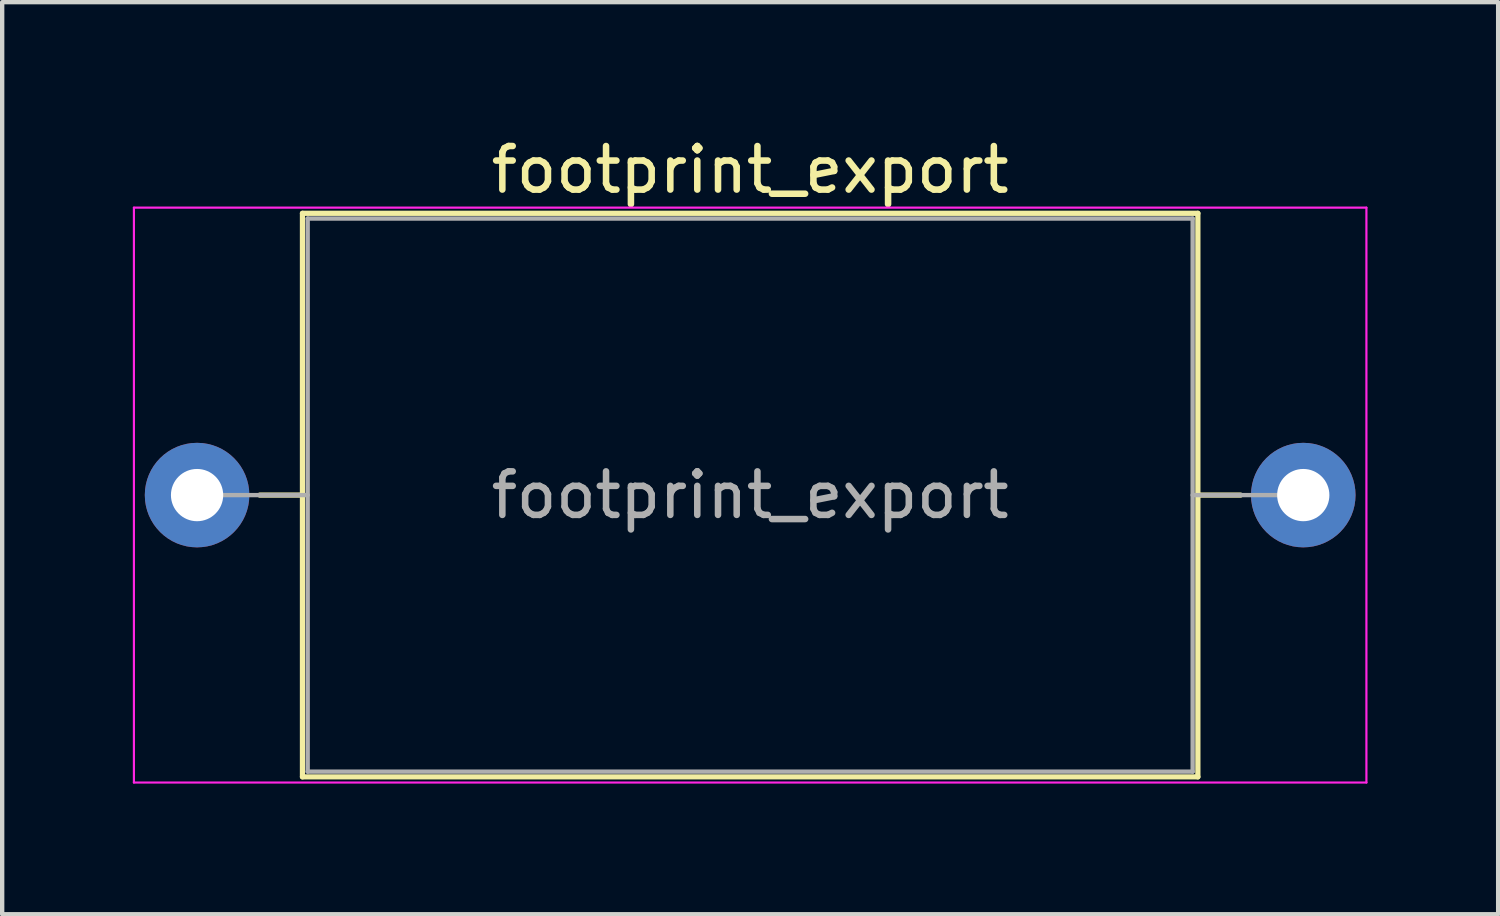
<source format=kicad_pcb>
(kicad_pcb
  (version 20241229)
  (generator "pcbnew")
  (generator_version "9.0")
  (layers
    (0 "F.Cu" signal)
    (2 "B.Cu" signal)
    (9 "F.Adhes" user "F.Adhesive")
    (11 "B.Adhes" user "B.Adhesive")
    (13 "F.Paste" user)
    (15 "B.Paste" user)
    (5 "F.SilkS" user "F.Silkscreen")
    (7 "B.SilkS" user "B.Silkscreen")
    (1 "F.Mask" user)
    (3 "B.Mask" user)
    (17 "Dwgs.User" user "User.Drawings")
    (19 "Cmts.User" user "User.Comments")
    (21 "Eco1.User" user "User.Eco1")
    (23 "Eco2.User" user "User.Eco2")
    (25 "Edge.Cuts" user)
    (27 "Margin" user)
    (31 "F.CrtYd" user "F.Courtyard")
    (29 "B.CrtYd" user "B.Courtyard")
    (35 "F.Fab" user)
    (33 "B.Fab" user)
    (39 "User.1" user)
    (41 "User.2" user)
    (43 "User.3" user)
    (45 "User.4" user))
  (footprint "footprint_export"
    (layer "F.Cu")
    (at 1.475 8.318)
    (property "Reference" "footprint_export" (at 12.7 -7.47 0) (layer "F.SilkS") (effects (font (size 1 1) (thickness 0.15))))
    (attr through_hole)
    (fp_line (start 1.44 0) (end 2.42 0) (stroke (width 0.12) (type solid)) (layer "F.SilkS"))
    (fp_line (start 2.42 -6.47) (end 2.42 6.47) (stroke (width 0.12) (type solid)) (layer "F.SilkS"))
    (fp_line (start 2.42 6.47) (end 22.98 6.47) (stroke (width 0.12) (type solid)) (layer "F.SilkS"))
    (fp_line (start 22.98 -6.47) (end 2.42 -6.47) (stroke (width 0.12) (type solid)) (layer "F.SilkS"))
    (fp_line (start 22.98 6.47) (end 22.98 -6.47) (stroke (width 0.12) (type solid)) (layer "F.SilkS"))
    (fp_line (start 23.96 0) (end 22.98 0) (stroke (width 0.12) (type solid)) (layer "F.SilkS"))
    (fp_line (start -1.45 -6.6) (end -1.45 6.6) (stroke (width 0.05) (type solid)) (layer "F.CrtYd"))
    (fp_line (start -1.45 6.6) (end 26.85 6.6) (stroke (width 0.05) (type solid)) (layer "F.CrtYd"))
    (fp_line (start 26.85 -6.6) (end -1.45 -6.6) (stroke (width 0.05) (type solid)) (layer "F.CrtYd"))
    (fp_line (start 26.85 6.6) (end 26.85 -6.6) (stroke (width 0.05) (type solid)) (layer "F.CrtYd"))
    (fp_line (start 0 0) (end 2.54 0) (stroke (width 0.1) (type solid)) (layer "F.Fab"))
    (fp_line (start 2.54 -6.35) (end 2.54 6.35) (stroke (width 0.1) (type solid)) (layer "F.Fab"))
    (fp_line (start 2.54 6.35) (end 22.86 6.35) (stroke (width 0.1) (type solid)) (layer "F.Fab"))
    (fp_line (start 22.86 -6.35) (end 2.54 -6.35) (stroke (width 0.1) (type solid)) (layer "F.Fab"))
    (fp_line (start 22.86 6.35) (end 22.86 -6.35) (stroke (width 0.1) (type solid)) (layer "F.Fab"))
    (fp_line (start 25.4 0) (end 22.86 0) (stroke (width 0.1) (type solid)) (layer "F.Fab"))
    (fp_text user "${REFERENCE}" (at 12.7 0 0) (layer "F.Fab") (effects (font (size 1 1) (thickness 0.15))))
    (pad "1" thru_hole circle (at 0 0) (size 2.4 2.4) (drill 1.2) (layers "*.Cu" "*.Mask"))
    (pad "2" thru_hole oval (at 25.4 0) (size 2.4 2.4) (drill 1.2) (layers "*.Cu" "*.Mask")))
  (gr_rect
    (start -3 -3)
    (end 31.35 17.943)
    (stroke (width 0.1) (type default))
    (fill no)
    (layer "Edge.Cuts")))
</source>
